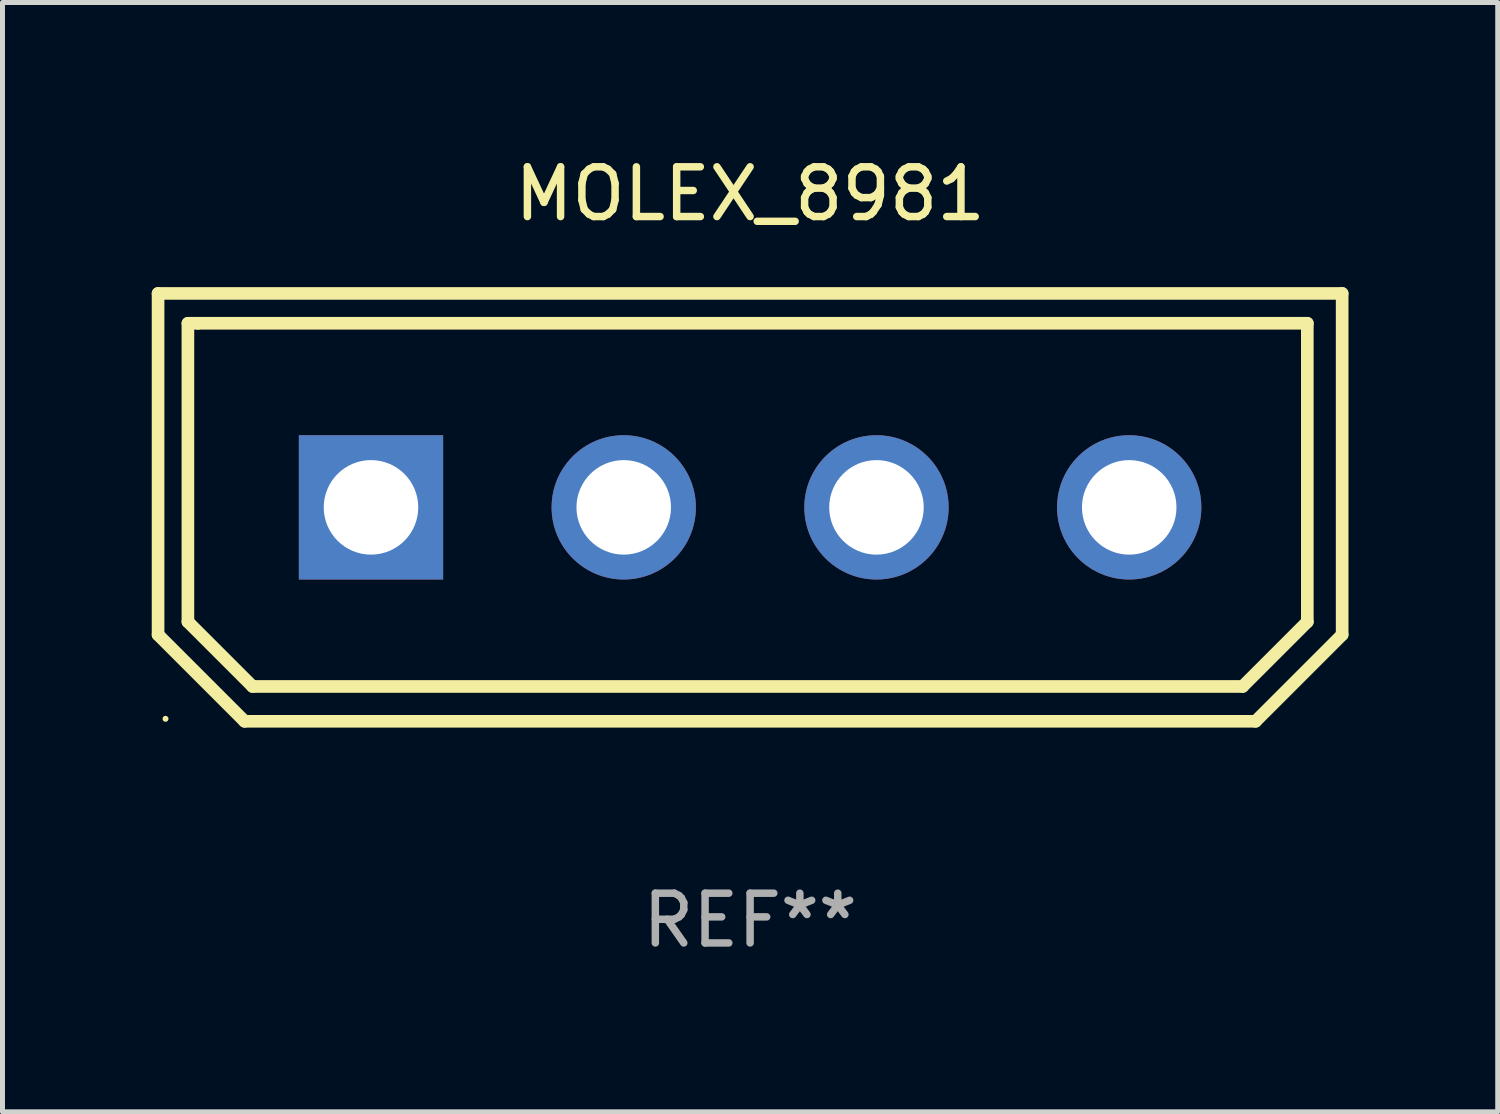
<source format=kicad_pcb>
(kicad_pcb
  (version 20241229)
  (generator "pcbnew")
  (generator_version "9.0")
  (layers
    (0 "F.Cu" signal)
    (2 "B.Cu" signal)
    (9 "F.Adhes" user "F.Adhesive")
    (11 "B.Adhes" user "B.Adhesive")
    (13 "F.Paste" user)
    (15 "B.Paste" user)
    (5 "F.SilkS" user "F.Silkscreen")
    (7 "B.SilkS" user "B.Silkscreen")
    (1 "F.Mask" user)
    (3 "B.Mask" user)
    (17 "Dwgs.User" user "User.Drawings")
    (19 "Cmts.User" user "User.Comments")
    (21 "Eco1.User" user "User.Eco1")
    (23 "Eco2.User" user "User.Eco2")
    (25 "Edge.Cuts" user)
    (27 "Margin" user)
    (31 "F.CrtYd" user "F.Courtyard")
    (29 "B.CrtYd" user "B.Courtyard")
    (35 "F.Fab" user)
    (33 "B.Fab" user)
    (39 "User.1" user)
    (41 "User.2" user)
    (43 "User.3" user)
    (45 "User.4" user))
  (footprint "MOLEX_8981"
    (layer "F.Cu")
    (at 12.027 7.148)
    (property "Reference" "MOLEX_8981" (at 0 -6.3 0) (layer "F.SilkS") (effects (font (size 1 1) (thickness 0.15))))
    (attr through_hole)
    (fp_line (start -11.9 -4.3) (end -11.9 2.56) (stroke (width 0.254) (type solid)) (layer "F.SilkS"))
    (fp_line (start -11.9 -4.3) (end 11.9 -4.3) (stroke (width 0.254) (type solid)) (layer "F.SilkS"))
    (fp_line (start -11.9 2.56) (end -10.16 4.3) (stroke (width 0.254) (type solid)) (layer "F.SilkS"))
    (fp_line (start -11.3 -3.7) (end -11.1 -3.7) (stroke (width 0.254) (type solid)) (layer "F.SilkS"))
    (fp_line (start -11.3 2.3) (end -11.3 -3.7) (stroke (width 0.254) (type solid)) (layer "F.SilkS"))
    (fp_line (start -11.1 -3.7) (end 11.2 -3.7) (stroke (width 0.254) (type solid)) (layer "F.SilkS"))
    (fp_line (start -10.16 4.3) (end 10.16 4.3) (stroke (width 0.254) (type solid)) (layer "F.SilkS"))
    (fp_line (start -10 3.6) (end -11.3 2.3) (stroke (width 0.254) (type solid)) (layer "F.SilkS"))
    (fp_line (start 9.9 3.6) (end -10 3.6) (stroke (width 0.254) (type solid)) (layer "F.SilkS"))
    (fp_line (start 11.2 -3.7) (end 11.2 2.3) (stroke (width 0.254) (type solid)) (layer "F.SilkS"))
    (fp_line (start 11.2 2.3) (end 9.9 3.6) (stroke (width 0.254) (type solid)) (layer "F.SilkS"))
    (fp_line (start 11.9 -4.3) (end 11.9 2.56) (stroke (width 0.254) (type solid)) (layer "F.SilkS"))
    (fp_line (start 11.9 2.56) (end 10.16 4.3) (stroke (width 0.254) (type solid)) (layer "F.SilkS"))
    (fp_circle (center -11.75 4.25) (end -11.72 4.25) (stroke (width 0.06) (type solid)) (fill no) (layer "F.SilkS"))
    (fp_text user "REF**" (at 0 8.3 0) (layer "F.Fab") (effects (font (size 1 1) (thickness 0.15))))
    (pad "1" thru_hole rect (at -7.62 0) (size 2.9 2.9) (drill 1.9) (layers "*.Cu" "*.Mask"))
    (pad "2" thru_hole circle (at -2.54 0) (size 2.9 2.9) (drill 1.9) (layers "*.Cu" "*.Mask"))
    (pad "3" thru_hole circle (at 2.54 0) (size 2.9 2.9) (drill 1.9) (layers "*.Cu" "*.Mask"))
    (pad "4" thru_hole circle (at 7.62 0) (size 2.9 2.9) (drill 1.9) (layers "*.Cu" "*.Mask")))
  (gr_rect
    (start -3 -3)
    (end 27.054 19.297)
    (stroke (width 0.1) (type default))
    (fill no)
    (layer "Edge.Cuts")))
</source>
